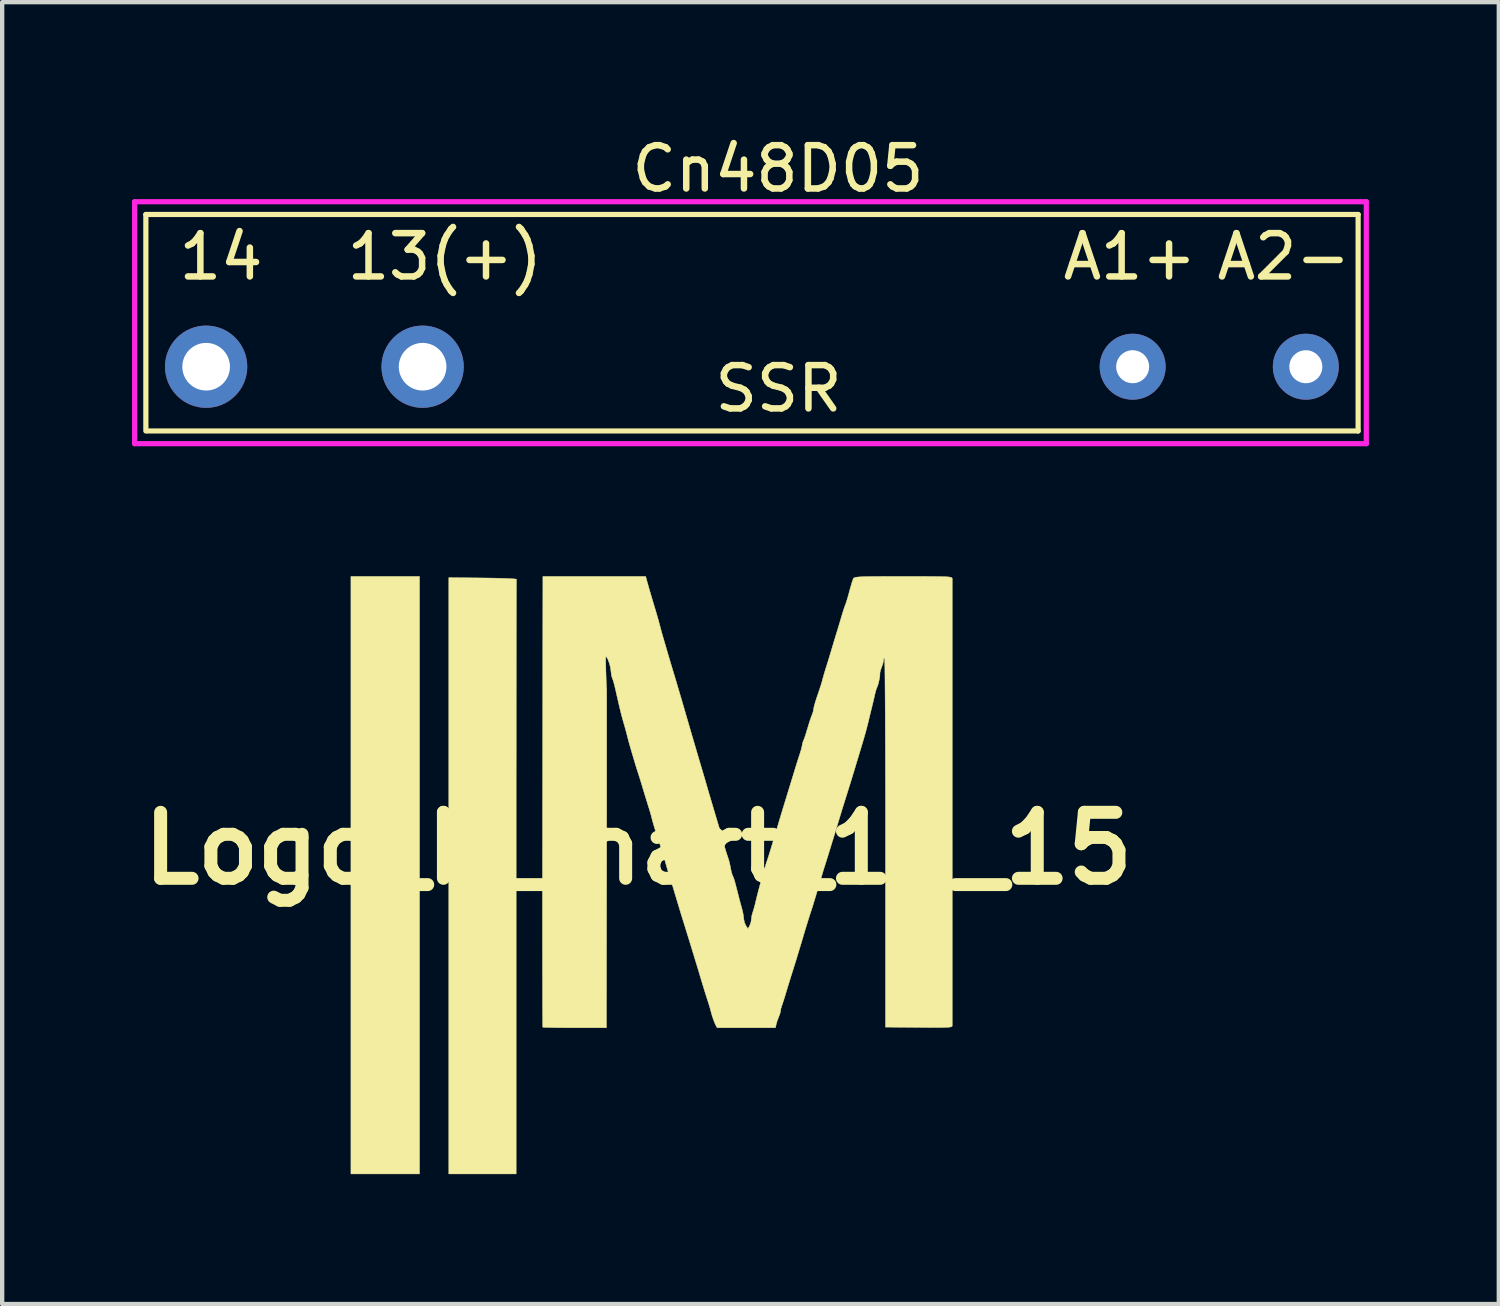
<source format=kicad_pcb>
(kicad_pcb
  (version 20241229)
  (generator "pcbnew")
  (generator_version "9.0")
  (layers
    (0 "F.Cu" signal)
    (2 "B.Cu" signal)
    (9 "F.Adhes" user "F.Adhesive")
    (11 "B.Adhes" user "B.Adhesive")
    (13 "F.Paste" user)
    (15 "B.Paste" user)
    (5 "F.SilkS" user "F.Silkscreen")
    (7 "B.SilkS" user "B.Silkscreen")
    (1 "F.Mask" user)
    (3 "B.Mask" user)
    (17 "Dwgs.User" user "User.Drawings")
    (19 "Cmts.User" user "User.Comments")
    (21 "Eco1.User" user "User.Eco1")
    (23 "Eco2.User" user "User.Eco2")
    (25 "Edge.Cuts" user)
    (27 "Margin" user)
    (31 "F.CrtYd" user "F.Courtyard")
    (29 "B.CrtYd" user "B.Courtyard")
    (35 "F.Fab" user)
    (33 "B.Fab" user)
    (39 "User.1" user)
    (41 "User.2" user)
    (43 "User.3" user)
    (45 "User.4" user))
  (footprint "Cn48D05"
    (layer "F.Cu")
    (at 14.919 4.404)
    (property "Reference" "Cn48D05" (at 0 -3.556 0) (layer "F.SilkS") (effects (font (size 1 1) (thickness 0.15))))
    (attr through_hole)
    (fp_line (start -14.6 -2.5) (end -14.6 2.5) (stroke (width 0.12) (type solid)) (layer "F.SilkS"))
    (fp_line (start -14.6 -2.5) (end 13.4 -2.5) (stroke (width 0.12) (type solid)) (layer "F.SilkS"))
    (fp_line (start -14.565 2.5) (end 13.4 2.5) (stroke (width 0.12) (type solid)) (layer "F.SilkS"))
    (fp_line (start 13.4 -2.5) (end 13.4 2.5) (stroke (width 0.12) (type solid)) (layer "F.SilkS"))
    (fp_line (start -14.859 -2.794) (end -14.859 2.794) (stroke (width 0.12) (type solid)) (layer "F.CrtYd"))
    (fp_line (start -14.859 2.794) (end 13.589 2.794) (stroke (width 0.12) (type solid)) (layer "F.CrtYd"))
    (fp_line (start 13.589 -2.794) (end -14.859 -2.794) (stroke (width 0.12) (type solid)) (layer "F.CrtYd"))
    (fp_line (start 13.589 2.794) (end 13.589 -2.794) (stroke (width 0.12) (type solid)) (layer "F.CrtYd"))
    (fp_text user "A1+" (at 8.128 -1.524 0) (layer "F.SilkS") (effects (font (size 1 1) (thickness 0.15))))
    (fp_text user "A2-" (at 11.684 -1.524 0) (layer "F.SilkS") (effects (font (size 1 1) (thickness 0.15))))
    (fp_text user "SSR" (at 0.013 1.524 0) (layer "F.SilkS") (effects (font (size 1 1) (thickness 0.15))))
    (fp_text user "14" (at -12.865 -1.524 0) (layer "F.SilkS") (effects (font (size 1 1) (thickness 0.15))))
    (fp_text user "13(+)" (at -7.696 -1.524 0) (layer "F.SilkS") (effects (font (size 1 1) (thickness 0.15))))
    (pad "1" thru_hole circle (at 8.192 1.016) (size 1.524 1.524) (drill 0.762) (layers "*.Cu" "*.Mask"))
    (pad "2" thru_hole circle (at 12.192 1.016) (size 1.524 1.524) (drill 0.762) (layers "*.Cu" "*.Mask"))
    (pad "3" thru_hole circle (at -13.208 1.016) (size 1.9 1.9) (drill 1.1) (layers "*.Cu" "*.Mask"))
    (pad "4" thru_hole circle (at -8.208 1.016) (size 1.9 1.9) (drill 1.1) (layers "*.Cu" "*.Mask")))
  (footprint "Logo_M_mart_15_15"
    (layer "F.Cu")
    (at 11.691 16.547)
    (property "Reference" "Logo_M_mart_15_15" (at 0 0 0) (layer "F.SilkS") (effects (font (size 1.524 1.524) (thickness 0.3))))
    (attr through_hole)
    (fp_poly (pts (xy -5.051 7.517) (xy -6.636 7.517) (xy -6.636 -6.284) (xy -5.051 -6.284) (xy -5.051 7.517)) (stroke (width 0.01) (type solid)) (fill yes) (layer "F.SilkS"))
    (fp_poly (pts (xy -3.59 -6.248) (xy -3.382 -6.245) (xy -3.196 -6.241) (xy -3.038 -6.236) (xy -2.917 -6.23) (xy -2.839 -6.224) (xy -2.812 -6.218) (xy -2.812 -6.218) (xy -2.812 -6.187) (xy -2.813 -6.1) (xy -2.814 -5.959) (xy -2.814 -5.767) (xy -2.815 -5.527) (xy -2.815 -5.241) (xy -2.816 -4.912) (xy -2.816 -4.543) (xy -2.817 -4.135) (xy -2.817 -3.692) (xy -2.818 -3.215) (xy -2.818 -2.709) (xy -2.818 -2.175) (xy -2.819 -1.615) (xy -2.819 -1.034) (xy -2.819 -0.432) (xy -2.819 0.188) (xy -2.819 0.661) (xy -2.819 7.517) (xy -4.375 7.517) (xy -4.375 -6.256) (xy -3.59 -6.248)) (stroke (width 0.01) (type solid)) (fill yes) (layer "F.SilkS"))
    (fp_poly (pts (xy 0.19 -6.218) (xy 0.233 -6.065) (xy 0.286 -5.881) (xy 0.343 -5.689) (xy 0.396 -5.513) (xy 0.398 -5.506) (xy 0.436 -5.379) (xy 0.47 -5.257) (xy 0.495 -5.165) (xy 0.498 -5.153) (xy 0.517 -5.08) (xy 0.551 -4.958) (xy 0.598 -4.795) (xy 0.656 -4.597) (xy 0.722 -4.372) (xy 0.795 -4.128) (xy 0.867 -3.891) (xy 0.91 -3.744) (xy 0.96 -3.575) (xy 1.007 -3.417) (xy 1.012 -3.399) (xy 1.217 -2.694) (xy 1.41 -2.037) (xy 1.47 -1.835) (xy 1.512 -1.693) (xy 1.553 -1.554) (xy 1.586 -1.439) (xy 1.599 -1.395) (xy 1.625 -1.303) (xy 1.663 -1.176) (xy 1.706 -1.031) (xy 1.733 -0.94) (xy 1.796 -0.729) (xy 1.845 -0.565) (xy 1.882 -0.439) (xy 1.911 -0.342) (xy 1.933 -0.265) (xy 1.952 -0.198) (xy 1.969 -0.133) (xy 1.981 -0.088) (xy 2.014 0.029) (xy 2.049 0.139) (xy 2.072 0.206) (xy 2.102 0.303) (xy 2.127 0.415) (xy 2.131 0.44) (xy 2.15 0.535) (xy 2.173 0.613) (xy 2.181 0.631) (xy 2.196 0.661) (xy 2.21 0.699) (xy 2.227 0.754) (xy 2.25 0.839) (xy 2.282 0.963) (xy 2.306 1.057) (xy 2.339 1.187) (xy 2.377 1.326) (xy 2.392 1.379) (xy 2.418 1.485) (xy 2.434 1.581) (xy 2.437 1.622) (xy 2.454 1.71) (xy 2.486 1.78) (xy 2.535 1.855) (xy 2.573 1.786) (xy 2.604 1.701) (xy 2.612 1.639) (xy 2.624 1.55) (xy 2.645 1.478) (xy 2.668 1.404) (xy 2.697 1.299) (xy 2.716 1.219) (xy 2.746 1.094) (xy 2.787 0.936) (xy 2.834 0.763) (xy 2.883 0.59) (xy 2.928 0.435) (xy 2.965 0.314) (xy 2.975 0.286) (xy 2.992 0.235) (xy 3.012 0.174) (xy 3.036 0.096) (xy 3.068 -0.006) (xy 3.108 -0.141) (xy 3.161 -0.315) (xy 3.227 -0.536) (xy 3.246 -0.602) (xy 3.294 -0.763) (xy 3.349 -0.944) (xy 3.4 -1.11) (xy 3.407 -1.131) (xy 3.452 -1.28) (xy 3.506 -1.456) (xy 3.56 -1.631) (xy 3.582 -1.703) (xy 3.627 -1.851) (xy 3.673 -1.999) (xy 3.713 -2.124) (xy 3.732 -2.18) (xy 3.762 -2.278) (xy 3.782 -2.358) (xy 3.788 -2.394) (xy 3.802 -2.457) (xy 3.816 -2.489) (xy 3.837 -2.541) (xy 3.868 -2.632) (xy 3.901 -2.743) (xy 3.907 -2.76) (xy 3.943 -2.881) (xy 3.979 -2.993) (xy 4.009 -3.073) (xy 4.011 -3.077) (xy 4.039 -3.158) (xy 4.052 -3.225) (xy 4.052 -3.229) (xy 4.062 -3.281) (xy 4.087 -3.371) (xy 4.123 -3.484) (xy 4.139 -3.529) (xy 4.182 -3.656) (xy 4.222 -3.778) (xy 4.25 -3.873) (xy 4.254 -3.891) (xy 4.282 -3.992) (xy 4.317 -4.11) (xy 4.331 -4.155) (xy 4.362 -4.254) (xy 4.403 -4.385) (xy 4.444 -4.522) (xy 4.453 -4.551) (xy 4.498 -4.702) (xy 4.547 -4.865) (xy 4.591 -5.009) (xy 4.595 -5.021) (xy 4.637 -5.159) (xy 4.68 -5.303) (xy 4.714 -5.418) (xy 4.745 -5.518) (xy 4.773 -5.6) (xy 4.788 -5.638) (xy 4.805 -5.685) (xy 4.832 -5.773) (xy 4.864 -5.886) (xy 4.876 -5.932) (xy 4.909 -6.051) (xy 4.939 -6.152) (xy 4.963 -6.22) (xy 4.968 -6.233) (xy 4.978 -6.246) (xy 4.997 -6.256) (xy 5.032 -6.265) (xy 5.086 -6.271) (xy 5.167 -6.276) (xy 5.279 -6.28) (xy 5.428 -6.282) (xy 5.619 -6.283) (xy 5.859 -6.284) (xy 6.123 -6.284) (xy 6.41 -6.284) (xy 6.644 -6.283) (xy 6.83 -6.282) (xy 6.974 -6.28) (xy 7.081 -6.277) (xy 7.156 -6.273) (xy 7.205 -6.266) (xy 7.234 -6.258) (xy 7.248 -6.247) (xy 7.253 -6.234) (xy 7.253 -6.225) (xy 7.253 -6.19) (xy 7.253 -6.099) (xy 7.253 -5.956) (xy 7.253 -5.762) (xy 7.253 -5.522) (xy 7.253 -5.239) (xy 7.253 -4.915) (xy 7.253 -4.553) (xy 7.253 -4.157) (xy 7.253 -3.73) (xy 7.253 -3.274) (xy 7.253 -2.792) (xy 7.253 -2.288) (xy 7.253 -1.765) (xy 7.253 -1.226) (xy 7.253 -0.513) (xy 7.253 0.015) (xy 7.253 0.525) (xy 7.253 1.013) (xy 7.253 1.476) (xy 7.253 1.912) (xy 7.253 2.317) (xy 7.253 2.688) (xy 7.253 3.023) (xy 7.253 3.318) (xy 7.253 3.57) (xy 7.253 3.777) (xy 7.253 3.935) (xy 7.253 4.041) (xy 7.253 4.092) (xy 7.253 4.097) (xy 7.247 4.11) (xy 7.224 4.121) (xy 7.179 4.128) (xy 7.105 4.133) (xy 6.995 4.135) (xy 6.844 4.136) (xy 6.644 4.135) (xy 6.482 4.133) (xy 5.711 4.126) (xy 5.711 -0.139) (xy 5.711 -0.635) (xy 5.711 -1.114) (xy 5.71 -1.574) (xy 5.709 -2.011) (xy 5.708 -2.421) (xy 5.706 -2.803) (xy 5.705 -3.151) (xy 5.703 -3.464) (xy 5.701 -3.738) (xy 5.699 -3.969) (xy 5.697 -4.155) (xy 5.694 -4.291) (xy 5.692 -4.376) (xy 5.689 -4.405) (xy 5.689 -4.405) (xy 5.671 -4.38) (xy 5.667 -4.349) (xy 5.656 -4.287) (xy 5.629 -4.203) (xy 5.622 -4.187) (xy 5.595 -4.109) (xy 5.583 -4.052) (xy 5.583 -4.044) (xy 5.581 -3.984) (xy 5.566 -3.895) (xy 5.544 -3.801) (xy 5.519 -3.73) (xy 5.516 -3.722) (xy 5.493 -3.662) (xy 5.469 -3.574) (xy 5.463 -3.546) (xy 5.441 -3.447) (xy 5.411 -3.323) (xy 5.39 -3.237) (xy 5.357 -3.104) (xy 5.323 -2.962) (xy 5.304 -2.885) (xy 5.277 -2.777) (xy 5.239 -2.638) (xy 5.197 -2.493) (xy 5.185 -2.452) (xy 5.139 -2.299) (xy 5.085 -2.121) (xy 5.033 -1.949) (xy 5.017 -1.894) (xy 4.92 -1.576) (xy 4.823 -1.265) (xy 4.758 -1.057) (xy 4.727 -0.959) (xy 4.686 -0.825) (xy 4.641 -0.677) (xy 4.614 -0.587) (xy 4.554 -0.389) (xy 4.491 -0.185) (xy 4.43 0.013) (xy 4.375 0.192) (xy 4.329 0.338) (xy 4.301 0.426) (xy 4.278 0.499) (xy 4.244 0.614) (xy 4.202 0.754) (xy 4.158 0.904) (xy 4.156 0.91) (xy 4.11 1.066) (xy 4.064 1.218) (xy 4.024 1.349) (xy 3.995 1.439) (xy 3.965 1.529) (xy 3.935 1.623) (xy 3.901 1.734) (xy 3.859 1.87) (xy 3.808 2.042) (xy 3.743 2.26) (xy 3.742 2.261) (xy 3.694 2.421) (xy 3.644 2.587) (xy 3.597 2.736) (xy 3.571 2.819) (xy 3.528 2.955) (xy 3.478 3.117) (xy 3.43 3.274) (xy 3.421 3.303) (xy 3.384 3.428) (xy 3.349 3.537) (xy 3.323 3.615) (xy 3.316 3.635) (xy 3.294 3.707) (xy 3.289 3.748) (xy 3.277 3.805) (xy 3.249 3.882) (xy 3.247 3.886) (xy 3.212 3.977) (xy 3.188 4.06) (xy 3.17 4.14) (xy 1.822 4.14) (xy 1.777 4.054) (xy 1.745 3.976) (xy 1.709 3.87) (xy 1.688 3.797) (xy 1.656 3.68) (xy 1.621 3.564) (xy 1.603 3.51) (xy 1.578 3.431) (xy 1.541 3.315) (xy 1.499 3.178) (xy 1.47 3.083) (xy 1.421 2.92) (xy 1.378 2.774) (xy 1.335 2.635) (xy 1.292 2.493) (xy 1.245 2.339) (xy 1.191 2.163) (xy 1.127 1.956) (xy 1.05 1.708) (xy 0.998 1.542) (xy 0.952 1.39) (xy 0.903 1.227) (xy 0.86 1.083) (xy 0.852 1.057) (xy 0.812 0.923) (xy 0.769 0.784) (xy 0.735 0.675) (xy 0.697 0.556) (xy 0.661 0.435) (xy 0.646 0.382) (xy 0.581 0.158) (xy 0.499 -0.105) (xy 0.422 -0.338) (xy 0.382 -0.461) (xy 0.347 -0.577) (xy 0.323 -0.663) (xy 0.32 -0.675) (xy 0.296 -0.77) (xy 0.264 -0.88) (xy 0.255 -0.91) (xy 0.228 -0.995) (xy 0.19 -1.117) (xy 0.147 -1.257) (xy 0.119 -1.351) (xy 0.078 -1.487) (xy 0.04 -1.61) (xy 0.01 -1.705) (xy -0.004 -1.747) (xy -0.03 -1.829) (xy -0.063 -1.934) (xy -0.077 -1.982) (xy -0.114 -2.106) (xy -0.153 -2.237) (xy -0.164 -2.276) (xy -0.199 -2.395) (xy -0.235 -2.529) (xy -0.249 -2.584) (xy -0.283 -2.713) (xy -0.321 -2.852) (xy -0.338 -2.907) (xy -0.364 -2.999) (xy -0.391 -3.1) (xy -0.421 -3.222) (xy -0.457 -3.375) (xy -0.502 -3.57) (xy -0.521 -3.656) (xy -0.548 -3.77) (xy -0.574 -3.865) (xy -0.594 -3.922) (xy -0.598 -3.929) (xy -0.614 -3.981) (xy -0.627 -4.065) (xy -0.631 -4.106) (xy -0.643 -4.189) (xy -0.668 -4.281) (xy -0.699 -4.364) (xy -0.73 -4.42) (xy -0.748 -4.434) (xy -0.75 -4.407) (xy -0.751 -4.335) (xy -0.749 -4.23) (xy -0.747 -4.108) (xy -0.743 -3.98) (xy -0.739 -3.861) (xy -0.735 -3.764) (xy -0.73 -3.703) (xy -0.73 -3.7) (xy -0.729 -3.666) (xy -0.729 -3.576) (xy -0.728 -3.435) (xy -0.728 -3.245) (xy -0.728 -3.011) (xy -0.728 -2.735) (xy -0.728 -2.421) (xy -0.728 -2.073) (xy -0.728 -1.693) (xy -0.728 -1.286) (xy -0.728 -0.855) (xy -0.729 -0.404) (xy -0.729 0.065) (xy -0.729 0.242) (xy -0.734 4.14) (xy -1.463 4.14) (xy -1.664 4.14) (xy -1.845 4.139) (xy -1.997 4.136) (xy -2.113 4.134) (xy -2.185 4.131) (xy -2.205 4.128) (xy -2.206 4.098) (xy -2.207 4.012) (xy -2.208 3.873) (xy -2.209 3.685) (xy -2.21 3.449) (xy -2.21 3.17) (xy -2.211 2.85) (xy -2.211 2.491) (xy -2.212 2.098) (xy -2.212 1.673) (xy -2.212 1.218) (xy -2.211 0.738) (xy -2.211 0.234) (xy -2.21 -0.29) (xy -2.21 -0.831) (xy -2.209 -1.084) (xy -2.202 -6.284) (xy 0.172 -6.284) (xy 0.19 -6.218)) (stroke (width 0.01) (type solid)) (fill yes) (layer "F.SilkS")))
  (gr_rect
    (start -3 -3)
    (end 31.568 27.069)
    (stroke (width 0.1) (type default))
    (fill no)
    (layer "Edge.Cuts")))
</source>
